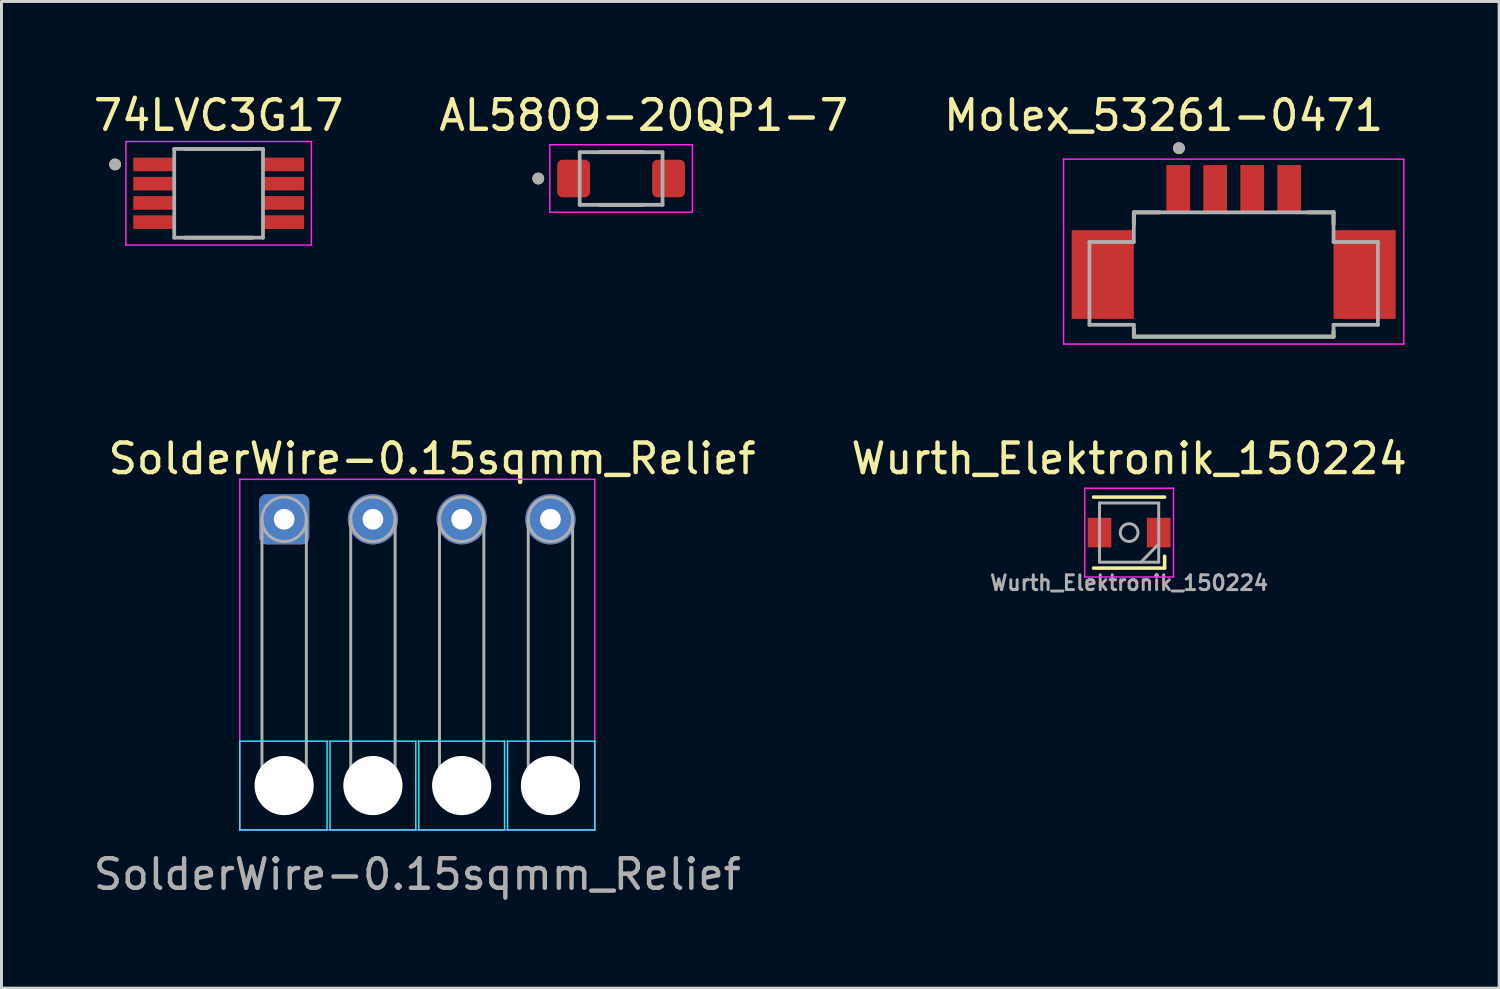
<source format=kicad_pcb>
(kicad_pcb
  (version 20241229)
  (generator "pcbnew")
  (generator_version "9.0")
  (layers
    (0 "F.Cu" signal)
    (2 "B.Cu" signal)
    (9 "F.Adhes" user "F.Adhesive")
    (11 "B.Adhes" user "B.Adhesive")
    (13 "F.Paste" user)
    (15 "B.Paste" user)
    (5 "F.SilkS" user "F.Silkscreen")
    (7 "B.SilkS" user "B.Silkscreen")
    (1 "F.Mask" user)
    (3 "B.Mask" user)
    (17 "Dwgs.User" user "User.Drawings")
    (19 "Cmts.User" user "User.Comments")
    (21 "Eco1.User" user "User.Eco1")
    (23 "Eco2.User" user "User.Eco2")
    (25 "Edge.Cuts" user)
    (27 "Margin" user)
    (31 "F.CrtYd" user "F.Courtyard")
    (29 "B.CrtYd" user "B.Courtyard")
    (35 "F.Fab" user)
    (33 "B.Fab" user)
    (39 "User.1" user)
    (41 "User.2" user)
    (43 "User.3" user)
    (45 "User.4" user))
  (footprint "SolderWire-0.15sqmm_Relief"
    (layer "F.Cu")
    (at 6.554 14.501)
    (property "Reference" "SolderWire-0.15sqmm_Relief" (at 5 -2.05 0) (layer "F.SilkS") (effects (font (size 1 1) (thickness 0.15))))
    (attr exclude_from_pos_files exclude_from_bom)
    (fp_line (start -1.5 7.5) (end -1.5 10.5) (stroke (width 0.05) (type solid)) (layer "B.CrtYd"))
    (fp_line (start -1.5 10.5) (end 1.45 10.5) (stroke (width 0.05) (type solid)) (layer "B.CrtYd"))
    (fp_line (start 1.45 7.5) (end -1.5 7.5) (stroke (width 0.05) (type solid)) (layer "B.CrtYd"))
    (fp_line (start 1.45 7.5) (end 1.45 10.5) (stroke (width 0.05) (type solid)) (layer "B.CrtYd"))
    (fp_line (start 1.55 10.5) (end 1.55 7.5) (stroke (width 0.05) (type solid)) (layer "B.CrtYd"))
    (fp_line (start 1.55 10.5) (end 4.45 10.5) (stroke (width 0.05) (type solid)) (layer "B.CrtYd"))
    (fp_line (start 4.45 7.5) (end 1.55 7.5) (stroke (width 0.05) (type solid)) (layer "B.CrtYd"))
    (fp_line (start 4.45 7.5) (end 4.45 10.5) (stroke (width 0.05) (type solid)) (layer "B.CrtYd"))
    (fp_line (start 4.55 10.5) (end 4.55 7.5) (stroke (width 0.05) (type solid)) (layer "B.CrtYd"))
    (fp_line (start 4.55 10.5) (end 7.45 10.5) (stroke (width 0.05) (type solid)) (layer "B.CrtYd"))
    (fp_line (start 7.45 7.5) (end 4.55 7.5) (stroke (width 0.05) (type solid)) (layer "B.CrtYd"))
    (fp_line (start 7.45 10.5) (end 7.45 7.5) (stroke (width 0.05) (type solid)) (layer "B.CrtYd"))
    (fp_line (start 7.55 7.5) (end 7.55 10.5) (stroke (width 0.05) (type solid)) (layer "B.CrtYd"))
    (fp_line (start 7.55 10.5) (end 10.5 10.5) (stroke (width 0.05) (type solid)) (layer "B.CrtYd"))
    (fp_line (start 10.5 7.5) (end 7.55 7.5) (stroke (width 0.05) (type solid)) (layer "B.CrtYd"))
    (fp_line (start 10.5 10.5) (end 10.5 7.5) (stroke (width 0.05) (type solid)) (layer "B.CrtYd"))
    (fp_line (start -1.5 -1.35) (end -1.5 10.5) (stroke (width 0.05) (type solid)) (layer "F.CrtYd"))
    (fp_line (start -1.5 10.5) (end 1.5 10.5) (stroke (width 0.05) (type solid)) (layer "F.CrtYd"))
    (fp_line (start 1.5 -1.35) (end -1.5 -1.35) (stroke (width 0.05) (type solid)) (layer "F.CrtYd"))
    (fp_line (start 1.5 10.5) (end 4.5 10.5) (stroke (width 0.05) (type solid)) (layer "F.CrtYd"))
    (fp_line (start 4.5 -1.35) (end 1.5 -1.35) (stroke (width 0.05) (type solid)) (layer "F.CrtYd"))
    (fp_line (start 4.5 10.5) (end 7.5 10.5) (stroke (width 0.05) (type solid)) (layer "F.CrtYd"))
    (fp_line (start 7.5 -1.35) (end 4.5 -1.35) (stroke (width 0.05) (type solid)) (layer "F.CrtYd"))
    (fp_line (start 7.5 10.5) (end 10.5 10.5) (stroke (width 0.05) (type solid)) (layer "F.CrtYd"))
    (fp_line (start 10.5 -1.35) (end 7.5 -1.35) (stroke (width 0.05) (type solid)) (layer "F.CrtYd"))
    (fp_line (start 10.5 10.5) (end 10.5 -1.35) (stroke (width 0.05) (type solid)) (layer "F.CrtYd"))
    (fp_line (start -0.75 0) (end -0.75 9) (stroke (width 0.1) (type solid)) (layer "F.Fab"))
    (fp_line (start 0.75 0) (end 0.75 9) (stroke (width 0.1) (type solid)) (layer "F.Fab"))
    (fp_line (start 2.25 0) (end 2.25 9) (stroke (width 0.1) (type solid)) (layer "F.Fab"))
    (fp_line (start 3.75 0) (end 3.75 9) (stroke (width 0.1) (type solid)) (layer "F.Fab"))
    (fp_line (start 5.25 0) (end 5.25 9) (stroke (width 0.1) (type solid)) (layer "F.Fab"))
    (fp_line (start 6.75 0) (end 6.75 9) (stroke (width 0.1) (type solid)) (layer "F.Fab"))
    (fp_line (start 8.25 0) (end 8.25 9) (stroke (width 0.1) (type solid)) (layer "F.Fab"))
    (fp_line (start 9.75 0) (end 9.75 9) (stroke (width 0.1) (type solid)) (layer "F.Fab"))
    (fp_circle (center 0 0) (end 0.75 0) (stroke (width 0.1) (type solid)) (fill no) (layer "F.Fab"))
    (fp_circle (center 0 9) (end 0.75 9) (stroke (width 0.1) (type solid)) (fill no) (layer "F.Fab"))
    (fp_circle (center 3 0) (end 3.75 0) (stroke (width 0.1) (type solid)) (fill no) (layer "F.Fab"))
    (fp_circle (center 3 9) (end 3.75 9) (stroke (width 0.1) (type solid)) (fill no) (layer "F.Fab"))
    (fp_circle (center 6 0) (end 6.75 0) (stroke (width 0.1) (type solid)) (fill no) (layer "F.Fab"))
    (fp_circle (center 6 9) (end 6.75 9) (stroke (width 0.1) (type solid)) (fill no) (layer "F.Fab"))
    (fp_circle (center 9 0) (end 9.75 0) (stroke (width 0.1) (type solid)) (fill no) (layer "F.Fab"))
    (fp_circle (center 9 9) (end 9.75 9) (stroke (width 0.1) (type solid)) (fill no) (layer "F.Fab"))
    (fp_text user "${REFERENCE}" (at 4.5 12 180) (layer "F.Fab") (effects (font (size 1 1) (thickness 0.15))))
    (pad "" np_thru_hole circle (at 0 9) (size 2 2) (drill 2) (layers "*.Cu" "*.Mask"))
    (pad "" np_thru_hole circle (at 3 9) (size 2 2) (drill 2) (layers "*.Cu" "*.Mask"))
    (pad "" np_thru_hole circle (at 6 9) (size 2 2) (drill 2) (layers "*.Cu" "*.Mask"))
    (pad "" np_thru_hole circle (at 9 9) (size 2 2) (drill 2) (layers "*.Cu" "*.Mask"))
    (pad "1" thru_hole roundrect (at 0 0) (size 1.7 1.7) (drill 0.7) (layers "*.Cu" "*.Mask") (roundrect_rratio 0.147))
    (pad "2" thru_hole circle (at 3 0) (size 1.7 1.7) (drill 0.7) (layers "*.Cu" "*.Mask"))
    (pad "3" thru_hole circle (at 6 0) (size 1.7 1.7) (drill 0.7) (layers "*.Cu" "*.Mask"))
    (pad "4" thru_hole circle (at 9 0) (size 1.7 1.7) (drill 0.7) (layers "*.Cu" "*.Mask")))
  (footprint "AL5809-20QP1-7"
    (layer "F.Cu")
    (at 17.943 2.983)
    (property "Reference" "AL5809-20QP1-7" (at 0.765 -2.135 0) (layer "F.SilkS") (effects (font (size 1 1) (thickness 0.15))))
    (attr smd)
    (fp_line (start -0.73 -0.89) (end 0.73 -0.89) (stroke (width 0.127) (type solid)) (layer "F.SilkS"))
    (fp_line (start -0.73 0.89) (end 0.73 0.89) (stroke (width 0.127) (type solid)) (layer "F.SilkS"))
    (fp_circle (center -2.8 0) (end -2.7 0) (stroke (width 0.2) (type solid)) (fill no) (layer "F.SilkS"))
    (fp_line (start -2.41 -1.14) (end -2.41 1.14) (stroke (width 0.05) (type solid)) (layer "F.CrtYd"))
    (fp_line (start -2.41 1.14) (end 2.41 1.14) (stroke (width 0.05) (type solid)) (layer "F.CrtYd"))
    (fp_line (start 2.41 -1.14) (end -2.41 -1.14) (stroke (width 0.05) (type solid)) (layer "F.CrtYd"))
    (fp_line (start 2.41 1.14) (end 2.41 -1.14) (stroke (width 0.05) (type solid)) (layer "F.CrtYd"))
    (fp_line (start -1.4 -0.89) (end -1.4 0.89) (stroke (width 0.127) (type solid)) (layer "F.Fab"))
    (fp_line (start -1.4 0.89) (end 1.4 0.89) (stroke (width 0.127) (type solid)) (layer "F.Fab"))
    (fp_line (start 1.4 -0.89) (end -1.4 -0.89) (stroke (width 0.127) (type solid)) (layer "F.Fab"))
    (fp_line (start 1.4 0.89) (end 1.4 -0.89) (stroke (width 0.127) (type solid)) (layer "F.Fab"))
    (fp_circle (center -2.8 0) (end -2.7 0) (stroke (width 0.2) (type solid)) (fill no) (layer "F.Fab"))
    (pad "1" smd roundrect (at -1.605 0) (size 1.11 1.27) (layers "F.Cu" "F.Mask" "F.Paste") (roundrect_rratio 0.16))
    (pad "2" smd roundrect (at 1.605 0) (size 1.11 1.27) (layers "F.Cu" "F.Mask" "F.Paste") (roundrect_rratio 0.16)))
  (footprint "Wurth_Elektronik_150224"
    (layer "F.Cu")
    (at 35.113 14.951)
    (property "Reference" "Wurth_Elektronik_150224" (at 0 -2.5 0) (layer "F.SilkS") (effects (font (size 1 1) (thickness 0.15))))
    (attr smd)
    (fp_line (start 1.2 -1.2) (end -1.2 -1.2) (stroke (width 0.12) (type solid)) (layer "F.SilkS"))
    (fp_line (start 1.2 0.8) (end 1.2 1.2) (stroke (width 0.12) (type solid)) (layer "F.SilkS"))
    (fp_line (start 1.2 1.2) (end -1.2 1.2) (stroke (width 0.12) (type solid)) (layer "F.SilkS"))
    (fp_line (start -1.5 -1.5) (end 1.5 -1.5) (stroke (width 0.05) (type solid)) (layer "F.CrtYd"))
    (fp_line (start -1.5 1.5) (end -1.5 -1.5) (stroke (width 0.05) (type solid)) (layer "F.CrtYd"))
    (fp_line (start 1.5 -1.5) (end 1.5 1.5) (stroke (width 0.05) (type solid)) (layer "F.CrtYd"))
    (fp_line (start 1.5 1.5) (end -1.5 1.5) (stroke (width 0.05) (type solid)) (layer "F.CrtYd"))
    (fp_line (start -1 -1) (end -1 1) (stroke (width 0.1) (type solid)) (layer "F.Fab"))
    (fp_line (start -1 1) (end 1 1) (stroke (width 0.1) (type solid)) (layer "F.Fab"))
    (fp_line (start 0.4 1) (end 1 0.387) (stroke (width 0.1) (type solid)) (layer "F.Fab"))
    (fp_line (start 1 -1) (end -1 -1) (stroke (width 0.1) (type solid)) (layer "F.Fab"))
    (fp_line (start 1 1) (end 1 -1) (stroke (width 0.1) (type solid)) (layer "F.Fab"))
    (fp_circle (center 0 0) (end 0.3 0) (stroke (width 0.1) (type solid)) (fill no) (layer "F.Fab"))
    (fp_text user "${REFERENCE}" (at 0 1.7 0) (layer "F.Fab") (effects (font (size 0.5 0.5) (thickness 0.1))))
    (pad "1" smd rect (at 1 0) (size 0.8 1) (layers "F.Cu" "F.Mask" "F.Paste"))
    (pad "2" smd rect (at -1 0) (size 0.8 1) (layers "F.Cu" "F.Mask" "F.Paste")))
  (footprint "Molex_53261-0471"
    (layer "F.Cu")
    (at 38.647 3.328)
    (property "Reference" "Molex_53261-0471" (at -2.368 -2.479 0) (layer "F.SilkS") (effects (font (size 1.001 1.001) (thickness 0.15))))
    (attr smd)
    (fp_line (start -3.375 0.8) (end -3.375 1.2) (stroke (width 0.127) (type solid)) (layer "F.SilkS"))
    (fp_line (start -3.375 5) (end -3.375 4.75) (stroke (width 0.127) (type solid)) (layer "F.SilkS"))
    (fp_line (start -2.5 0.8) (end -3.375 0.8) (stroke (width 0.127) (type solid)) (layer "F.SilkS"))
    (fp_line (start 2.5 0.8) (end 3.375 0.8) (stroke (width 0.127) (type solid)) (layer "F.SilkS"))
    (fp_line (start 3.375 0.8) (end 3.375 1.2) (stroke (width 0.127) (type solid)) (layer "F.SilkS"))
    (fp_line (start 3.375 4.8) (end 3.375 5) (stroke (width 0.127) (type solid)) (layer "F.SilkS"))
    (fp_line (start 3.375 5) (end -3.375 5) (stroke (width 0.127) (type solid)) (layer "F.SilkS"))
    (fp_circle (center -1.85 -1.37) (end -1.75 -1.37) (stroke (width 0.2) (type solid)) (fill no) (layer "F.SilkS"))
    (fp_line (start -5.75 -1) (end 5.75 -1) (stroke (width 0.05) (type solid)) (layer "F.CrtYd"))
    (fp_line (start -5.75 5.25) (end -5.75 -1) (stroke (width 0.05) (type solid)) (layer "F.CrtYd"))
    (fp_line (start 5.75 -1) (end 5.75 5.25) (stroke (width 0.05) (type solid)) (layer "F.CrtYd"))
    (fp_line (start 5.75 5.25) (end -5.75 5.25) (stroke (width 0.05) (type solid)) (layer "F.CrtYd"))
    (fp_line (start -4.875 1.8) (end -3.375 1.8) (stroke (width 0.127) (type solid)) (layer "F.Fab"))
    (fp_line (start -4.875 4.6) (end -4.875 1.8) (stroke (width 0.127) (type solid)) (layer "F.Fab"))
    (fp_line (start -3.375 0.8) (end 3.375 0.8) (stroke (width 0.127) (type solid)) (layer "F.Fab"))
    (fp_line (start -3.375 1.8) (end -3.375 0.8) (stroke (width 0.127) (type solid)) (layer "F.Fab"))
    (fp_line (start -3.375 4.6) (end -4.875 4.6) (stroke (width 0.127) (type solid)) (layer "F.Fab"))
    (fp_line (start -3.375 5) (end -3.375 4.6) (stroke (width 0.127) (type solid)) (layer "F.Fab"))
    (fp_line (start 3.375 0.8) (end 3.375 1.8) (stroke (width 0.127) (type solid)) (layer "F.Fab"))
    (fp_line (start 3.375 1.8) (end 4.875 1.8) (stroke (width 0.127) (type solid)) (layer "F.Fab"))
    (fp_line (start 3.375 4.6) (end 3.375 5) (stroke (width 0.127) (type solid)) (layer "F.Fab"))
    (fp_line (start 3.375 5) (end -3.375 5) (stroke (width 0.127) (type solid)) (layer "F.Fab"))
    (fp_line (start 4.875 1.8) (end 4.875 4.6) (stroke (width 0.127) (type solid)) (layer "F.Fab"))
    (fp_line (start 4.875 4.6) (end 3.375 4.6) (stroke (width 0.127) (type solid)) (layer "F.Fab"))
    (fp_circle (center -1.85 -1.37) (end -1.75 -1.37) (stroke (width 0.2) (type solid)) (fill no) (layer "F.Fab"))
    (pad "1" smd rect (at -1.875 0 270) (size 1.6 0.8) (layers "F.Cu" "F.Mask" "F.Paste"))
    (pad "2" smd rect (at -0.625 0 90) (size 1.6 0.8) (layers "F.Cu" "F.Mask" "F.Paste"))
    (pad "3" smd rect (at 0.625 0 270) (size 1.6 0.8) (layers "F.Cu" "F.Mask" "F.Paste"))
    (pad "4" smd rect (at 1.875 0 270) (size 1.6 0.8) (layers "F.Cu" "F.Mask" "F.Paste"))
    (pad "MP" smd rect (at -4.425 2.9 90) (size 3 2.1) (layers "F.Cu" "F.Mask" "F.Paste"))
    (pad "MP" smd rect (at 4.425 2.9 90) (size 3 2.1) (layers "F.Cu" "F.Mask" "F.Paste")))
  (footprint "74LVC3G17"
    (layer "F.Cu")
    (at 4.339 3.483)
    (property "Reference" "74LVC3G17" (at 0 -2.635 0) (layer "F.SilkS") (effects (font (size 1 1) (thickness 0.15))))
    (attr smd)
    (fp_poly (pts (xy -2.935 -1.255) (xy -1.405 -1.255) (xy -1.405 -0.695) (xy -2.935 -0.695)) (stroke (width 0.01) (type solid)) (fill yes) (layer "F.Mask"))
    (fp_poly (pts (xy -2.935 -0.605) (xy -1.405 -0.605) (xy -1.405 -0.045) (xy -2.935 -0.045)) (stroke (width 0.01) (type solid)) (fill yes) (layer "F.Mask"))
    (fp_poly (pts (xy -2.935 0.045) (xy -1.405 0.045) (xy -1.405 0.605) (xy -2.935 0.605)) (stroke (width 0.01) (type solid)) (fill yes) (layer "F.Mask"))
    (fp_poly (pts (xy -2.935 0.695) (xy -1.405 0.695) (xy -1.405 1.255) (xy -2.935 1.255)) (stroke (width 0.01) (type solid)) (fill yes) (layer "F.Mask"))
    (fp_poly (pts (xy 1.405 -1.255) (xy 2.935 -1.255) (xy 2.935 -0.695) (xy 1.405 -0.695)) (stroke (width 0.01) (type solid)) (fill yes) (layer "F.Mask"))
    (fp_poly (pts (xy 1.405 -0.605) (xy 2.935 -0.605) (xy 2.935 -0.045) (xy 1.405 -0.045)) (stroke (width 0.01) (type solid)) (fill yes) (layer "F.Mask"))
    (fp_poly (pts (xy 1.405 0.045) (xy 2.935 0.045) (xy 2.935 0.605) (xy 1.405 0.605)) (stroke (width 0.01) (type solid)) (fill yes) (layer "F.Mask"))
    (fp_poly (pts (xy 1.405 0.695) (xy 2.935 0.695) (xy 2.935 1.255) (xy 1.405 1.255)) (stroke (width 0.01) (type solid)) (fill yes) (layer "F.Mask"))
    (fp_line (start -1.135 -1.5) (end 1.135 -1.5) (stroke (width 0.127) (type solid)) (layer "F.SilkS"))
    (fp_line (start -1.135 1.5) (end 1.135 1.5) (stroke (width 0.127) (type solid)) (layer "F.SilkS"))
    (fp_circle (center -3.5 -0.975) (end -3.4 -0.975) (stroke (width 0.2) (type solid)) (fill no) (layer "F.SilkS"))
    (fp_line (start -3.135 -1.75) (end -3.135 1.75) (stroke (width 0.05) (type solid)) (layer "F.CrtYd"))
    (fp_line (start -3.135 -1.75) (end 3.135 -1.75) (stroke (width 0.05) (type solid)) (layer "F.CrtYd"))
    (fp_line (start -3.135 1.75) (end 3.135 1.75) (stroke (width 0.05) (type solid)) (layer "F.CrtYd"))
    (fp_line (start 3.135 -1.75) (end 3.135 1.75) (stroke (width 0.05) (type solid)) (layer "F.CrtYd"))
    (fp_line (start -1.5 -1.5) (end -1.5 1.5) (stroke (width 0.127) (type solid)) (layer "F.Fab"))
    (fp_line (start -1.5 -1.5) (end 1.5 -1.5) (stroke (width 0.127) (type solid)) (layer "F.Fab"))
    (fp_line (start -1.5 1.5) (end 1.5 1.5) (stroke (width 0.127) (type solid)) (layer "F.Fab"))
    (fp_line (start 1.5 -1.5) (end 1.5 1.5) (stroke (width 0.127) (type solid)) (layer "F.Fab"))
    (fp_circle (center -3.5 -0.975) (end -3.4 -0.975) (stroke (width 0.2) (type solid)) (fill no) (layer "F.Fab"))
    (pad "1" smd rect (at -2.17 -0.975) (size 1.43 0.46) (layers "F.Cu" "F.Paste"))
    (pad "2" smd rect (at -2.17 -0.325) (size 1.43 0.46) (layers "F.Cu" "F.Paste"))
    (pad "3" smd rect (at -2.17 0.325) (size 1.43 0.46) (layers "F.Cu" "F.Paste"))
    (pad "4" smd rect (at -2.17 0.975) (size 1.43 0.46) (layers "F.Cu" "F.Paste"))
    (pad "5" smd rect (at 2.17 0.975) (size 1.43 0.46) (layers "F.Cu" "F.Paste"))
    (pad "6" smd rect (at 2.17 0.325) (size 1.43 0.46) (layers "F.Cu" "F.Paste"))
    (pad "7" smd rect (at 2.17 -0.325) (size 1.43 0.46) (layers "F.Cu" "F.Paste"))
    (pad "8" smd rect (at 2.17 -0.975) (size 1.43 0.46) (layers "F.Cu" "F.Paste")))
  (gr_rect
    (start -3 -3)
    (end 47.619 30.349)
    (stroke (width 0.1) (type default))
    (fill no)
    (layer "Edge.Cuts")))
</source>
